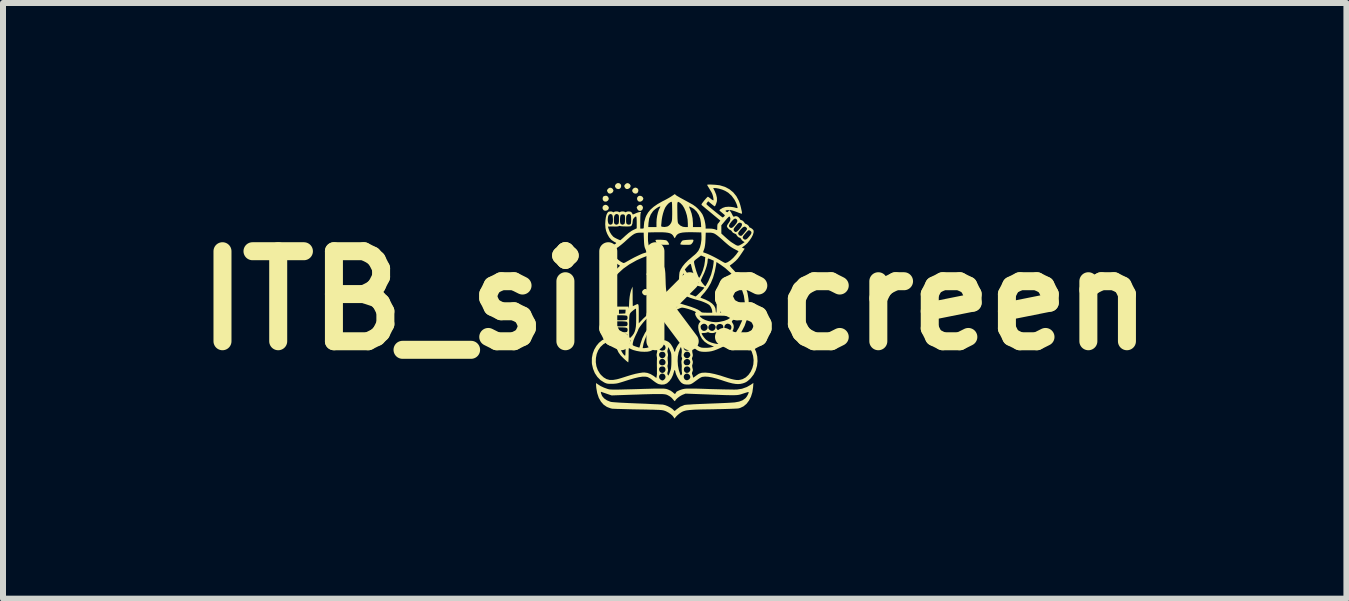
<source format=kicad_pcb>
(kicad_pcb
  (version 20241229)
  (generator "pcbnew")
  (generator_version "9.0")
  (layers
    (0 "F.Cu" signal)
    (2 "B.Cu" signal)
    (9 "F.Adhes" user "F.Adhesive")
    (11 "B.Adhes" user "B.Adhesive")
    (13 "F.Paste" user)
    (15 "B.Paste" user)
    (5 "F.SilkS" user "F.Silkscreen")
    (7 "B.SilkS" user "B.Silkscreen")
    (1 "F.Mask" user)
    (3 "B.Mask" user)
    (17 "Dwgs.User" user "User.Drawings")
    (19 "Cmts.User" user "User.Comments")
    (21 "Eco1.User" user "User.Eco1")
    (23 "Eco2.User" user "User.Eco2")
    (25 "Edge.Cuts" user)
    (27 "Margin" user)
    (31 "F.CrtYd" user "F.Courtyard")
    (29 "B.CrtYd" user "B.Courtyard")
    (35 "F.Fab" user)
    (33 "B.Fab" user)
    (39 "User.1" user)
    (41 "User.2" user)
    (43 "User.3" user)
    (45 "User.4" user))
  (footprint "ITB_silkscreen"
    (layer "F.Cu")
    (at 8.193 1.958)
    (property "Reference" "ITB_silkscreen" (at 0 0 0) (layer "F.SilkS") (effects (font (size 1.5 1.5) (thickness 0.3))))
    (attr board_only exclude_from_pos_files exclude_from_bom)
    (fp_poly (pts (xy -1.134 -1.745) (xy -1.113 -1.731) (xy -1.111 -1.729) (xy -1.099 -1.702) (xy -1.103 -1.679) (xy -1.116 -1.663) (xy -1.142 -1.648) (xy -1.169 -1.65) (xy -1.185 -1.659) (xy -1.198 -1.678) (xy -1.201 -1.702) (xy -1.195 -1.726) (xy -1.186 -1.736) (xy -1.16 -1.746)) (stroke (width 0) (type solid)) (fill yes) (layer "F.SilkS"))
    (fp_poly (pts (xy -0.915 -1.951) (xy -0.897 -1.932) (xy -0.892 -1.908) (xy -0.899 -1.881) (xy -0.916 -1.863) (xy -0.94 -1.857) (xy -0.965 -1.863) (xy -0.979 -1.874) (xy -0.992 -1.892) (xy -0.996 -1.908) (xy -0.989 -1.929) (xy -0.971 -1.948) (xy -0.948 -1.958) (xy -0.943 -1.958)) (stroke (width 0) (type solid)) (fill yes) (layer "F.SilkS"))
    (fp_poly (pts (xy -0.628 -1.875) (xy -0.61 -1.856) (xy -0.605 -1.832) (xy -0.612 -1.805) (xy -0.629 -1.787) (xy -0.653 -1.781) (xy -0.678 -1.787) (xy -0.692 -1.798) (xy -0.705 -1.816) (xy -0.709 -1.832) (xy -0.702 -1.853) (xy -0.684 -1.872) (xy -0.661 -1.882) (xy -0.656 -1.882)) (stroke (width 0) (type solid)) (fill yes) (layer "F.SilkS"))
    (fp_poly (pts (xy -0.558 -1.742) (xy -0.536 -1.727) (xy -0.524 -1.705) (xy -0.523 -1.697) (xy -0.531 -1.674) (xy -0.549 -1.657) (xy -0.573 -1.647) (xy -0.597 -1.649) (xy -0.604 -1.653) (xy -0.623 -1.673) (xy -0.628 -1.697) (xy -0.623 -1.72) (xy -0.607 -1.738) (xy -0.585 -1.746)) (stroke (width 0) (type solid)) (fill yes) (layer "F.SilkS"))
    (fp_poly (pts (xy -0.456 -0.177) (xy -0.442 -0.155) (xy -0.441 -0.131) (xy -0.45 -0.109) (xy -0.466 -0.094) (xy -0.487 -0.086) (xy -0.51 -0.091) (xy -0.521 -0.099) (xy -0.541 -0.123) (xy -0.544 -0.147) (xy -0.53 -0.171) (xy -0.528 -0.173) (xy -0.503 -0.191) (xy -0.478 -0.192)) (stroke (width 0) (type solid)) (fill yes) (layer "F.SilkS"))
    (fp_poly (pts (xy -1.129 -1.589) (xy -1.109 -1.572) (xy -1.098 -1.55) (xy -1.097 -1.545) (xy -1.105 -1.521) (xy -1.123 -1.504) (xy -1.148 -1.496) (xy -1.173 -1.499) (xy -1.184 -1.505) (xy -1.196 -1.521) (xy -1.203 -1.538) (xy -1.201 -1.562) (xy -1.187 -1.582) (xy -1.164 -1.594) (xy -1.152 -1.595)) (stroke (width 0) (type solid)) (fill yes) (layer "F.SilkS"))
    (fp_poly (pts (xy 0.02 0.43) (xy 0.038 0.445) (xy 0.049 0.469) (xy 0.051 0.483) (xy 0.043 0.507) (xy 0.032 0.519) (xy 0.007 0.531) (xy -0.017 0.527) (xy -0.032 0.518) (xy -0.046 0.504) (xy -0.05 0.484) (xy -0.049 0.474) (xy -0.041 0.447) (xy -0.024 0.431) (xy -0.002 0.426)) (stroke (width 0) (type solid)) (fill yes) (layer "F.SilkS"))
    (fp_poly (pts (xy -1.054 -1.876) (xy -1.034 -1.861) (xy -1.022 -1.839) (xy -1.021 -1.832) (xy -1.029 -1.809) (xy -1.047 -1.792) (xy -1.071 -1.782) (xy -1.095 -1.784) (xy -1.102 -1.788) (xy -1.113 -1.799) (xy -1.122 -1.814) (xy -1.128 -1.83) (xy -1.124 -1.845) (xy -1.116 -1.856) (xy -1.098 -1.873) (xy -1.078 -1.881)) (stroke (width 0) (type solid)) (fill yes) (layer "F.SilkS"))
    (fp_poly (pts (xy -0.767 -1.952) (xy -0.747 -1.937) (xy -0.735 -1.915) (xy -0.734 -1.908) (xy -0.742 -1.885) (xy -0.76 -1.868) (xy -0.784 -1.858) (xy -0.808 -1.86) (xy -0.815 -1.864) (xy -0.826 -1.875) (xy -0.835 -1.89) (xy -0.841 -1.906) (xy -0.837 -1.921) (xy -0.829 -1.932) (xy -0.811 -1.949) (xy -0.791 -1.957)) (stroke (width 0) (type solid)) (fill yes) (layer "F.SilkS"))
    (fp_poly (pts (xy -0.546 -1.584) (xy -0.532 -1.563) (xy -0.529 -1.545) (xy -0.536 -1.519) (xy -0.553 -1.501) (xy -0.577 -1.493) (xy -0.601 -1.499) (xy -0.604 -1.501) (xy -0.616 -1.513) (xy -0.627 -1.533) (xy -0.633 -1.549) (xy -0.633 -1.551) (xy -0.628 -1.562) (xy -0.616 -1.577) (xy -0.592 -1.593) (xy -0.567 -1.595)) (stroke (width 0) (type solid)) (fill yes) (layer "F.SilkS"))
    (fp_poly (pts (xy -0.231 -1.013) (xy -0.197 -1.011) (xy -0.168 -1.008) (xy -0.147 -1.005) (xy -0.14 -1.003) (xy -0.124 -0.99) (xy -0.108 -0.969) (xy -0.096 -0.947) (xy -0.093 -0.934) (xy -0.101 -0.931) (xy -0.121 -0.929) (xy -0.15 -0.929) (xy -0.184 -0.929) (xy -0.218 -0.93) (xy -0.249 -0.932) (xy -0.271 -0.935) (xy -0.281 -0.938) (xy -0.294 -0.951) (xy -0.307 -0.972) (xy -0.317 -0.994) (xy -0.321 -1.008) (xy -0.313 -1.011) (xy -0.293 -1.013) (xy -0.264 -1.013)) (stroke (width 0) (type solid)) (fill yes) (layer "F.SilkS"))
    (fp_poly (pts (xy 0.305 -1.013) (xy 0.311 -1.009) (xy 0.312 -1.002) (xy 0.312 -0.999) (xy 0.307 -0.981) (xy 0.294 -0.959) (xy 0.29 -0.955) (xy 0.28 -0.943) (xy 0.27 -0.935) (xy 0.257 -0.931) (xy 0.237 -0.929) (xy 0.205 -0.929) (xy 0.181 -0.929) (xy 0.138 -0.929) (xy 0.108 -0.932) (xy 0.094 -0.936) (xy 0.093 -0.937) (xy 0.098 -0.956) (xy 0.111 -0.979) (xy 0.126 -0.996) (xy 0.133 -1.001) (xy 0.147 -1.004) (xy 0.174 -1.008) (xy 0.209 -1.011) (xy 0.23 -1.012) (xy 0.268 -1.014) (xy 0.292 -1.015)) (stroke (width 0) (type solid)) (fill yes) (layer "F.SilkS"))
    (fp_poly (pts (xy 1.306 1.445) (xy 1.294 1.528) (xy 1.271 1.602) (xy 1.238 1.667) (xy 1.197 1.721) (xy 1.147 1.763) (xy 1.09 1.79) (xy 1.064 1.797) (xy 1.047 1.799) (xy 1.015 1.801) (xy 0.97 1.803) (xy 0.914 1.805) (xy 0.85 1.807) (xy 0.779 1.809) (xy 0.703 1.81) (xy 0.67 1.811) (xy 0.567 1.813) (xy 0.479 1.814) (xy 0.405 1.816) (xy 0.343 1.818) (xy 0.292 1.821) (xy 0.251 1.824) (xy 0.217 1.828) (xy 0.189 1.832) (xy 0.166 1.838) (xy 0.147 1.844) (xy 0.129 1.852) (xy 0.117 1.858) (xy 0.083 1.88) (xy 0.05 1.907) (xy 0.03 1.926) (xy -0.005 1.967) (xy -0.017 1.945) (xy -0.037 1.919) (xy -0.068 1.892) (xy -0.106 1.866) (xy -0.146 1.845) (xy -0.158 1.84) (xy -0.17 1.836) (xy -0.182 1.832) (xy -0.197 1.829) (xy -0.215 1.826) (xy -0.238 1.824) (xy -0.268 1.822) (xy -0.306 1.821) (xy -0.354 1.819) (xy -0.414 1.818) (xy -0.486 1.816) (xy -0.574 1.815) (xy -0.608 1.814) (xy -0.69 1.813) (xy -0.768 1.811) (xy -0.839 1.809) (xy -0.903 1.807) (xy -0.958 1.806) (xy -1.001 1.804) (xy -1.03 1.803) (xy -1.044 1.802) (xy -1.071 1.795) (xy -1.104 1.783) (xy -1.131 1.772) (xy -1.185 1.735) (xy -1.229 1.685) (xy -1.265 1.622) (xy -1.29 1.547) (xy -1.293 1.534) (xy -1.23 1.534) (xy -1.228 1.545) (xy -1.21 1.591) (xy -1.176 1.631) (xy -1.129 1.663) (xy -1.076 1.685) (xy -1.061 1.689) (xy -1.038 1.692) (xy -1.005 1.695) (xy -0.961 1.698) (xy -0.906 1.702) (xy -0.838 1.705) (xy -0.756 1.709) (xy -0.658 1.713) (xy -0.637 1.714) (xy -0.555 1.717) (xy -0.478 1.72) (xy -0.405 1.724) (xy -0.341 1.727) (xy -0.286 1.729) (xy -0.242 1.732) (xy -0.212 1.733) (xy -0.198 1.734) (xy -0.159 1.743) (xy -0.116 1.76) (xy -0.074 1.782) (xy -0.039 1.806) (xy -0.029 1.816) (xy -0.013 1.831) (xy -0.003 1.84) (xy -0.002 1.84) (xy 0.006 1.835) (xy 0.022 1.822) (xy 0.034 1.811) (xy 0.093 1.769) (xy 0.159 1.742) (xy 0.165 1.74) (xy 0.18 1.738) (xy 0.21 1.735) (xy 0.254 1.733) (xy 0.308 1.729) (xy 0.372 1.726) (xy 0.443 1.723) (xy 0.519 1.72) (xy 0.566 1.718) (xy 0.646 1.715) (xy 0.723 1.712) (xy 0.795 1.709) (xy 0.861 1.706) (xy 0.917 1.703) (xy 0.961 1.7) (xy 0.992 1.698) (xy 1.002 1.697) (xy 1.074 1.684) (xy 1.131 1.662) (xy 1.175 1.631) (xy 1.185 1.621) (xy 1.201 1.6) (xy 1.216 1.574) (xy 1.227 1.55) (xy 1.232 1.531) (xy 1.231 1.524) (xy 1.222 1.525) (xy 1.201 1.531) (xy 1.171 1.54) (xy 1.144 1.549) (xy 1.123 1.556) (xy 1.105 1.562) (xy 1.087 1.567) (xy 1.069 1.571) (xy 1.048 1.574) (xy 1.024 1.576) (xy 0.995 1.577) (xy 0.958 1.578) (xy 0.914 1.577) (xy 0.859 1.576) (xy 0.794 1.574) (xy 0.715 1.571) (xy 0.622 1.568) (xy 0.553 1.565) (xy 0.181 1.551) (xy 0.134 1.569) (xy 0.104 1.584) (xy 0.072 1.605) (xy 0.042 1.629) (xy 0.019 1.652) (xy 0.007 1.671) (xy 0.007 1.671) (xy 0.001 1.677) (xy -0.009 1.669) (xy -0.018 1.659) (xy -0.051 1.621) (xy -0.086 1.594) (xy -0.117 1.577) (xy -0.129 1.572) (xy -0.141 1.567) (xy -0.156 1.564) (xy -0.176 1.561) (xy -0.2 1.559) (xy -0.231 1.558) (xy -0.27 1.558) (xy -0.318 1.558) (xy -0.376 1.559) (xy -0.447 1.561) (xy -0.53 1.563) (xy -0.629 1.567) (xy -0.705 1.569) (xy -1.051 1.581) (xy -1.131 1.554) (xy -1.166 1.542) (xy -1.196 1.532) (xy -1.217 1.524) (xy -1.223 1.522) (xy -1.23 1.522) (xy -1.23 1.534) (xy -1.293 1.534) (xy -1.306 1.46) (xy -1.308 1.442) (xy -1.31 1.411) (xy -1.311 1.388) (xy -1.311 1.377) (xy -1.31 1.376) (xy -1.302 1.381) (xy -1.286 1.392) (xy -1.28 1.396) (xy -1.235 1.425) (xy -1.18 1.451) (xy -1.122 1.472) (xy -1.118 1.473) (xy -1.105 1.477) (xy -1.091 1.48) (xy -1.075 1.482) (xy -1.054 1.483) (xy -1.028 1.484) (xy -0.994 1.484) (xy -0.951 1.484) (xy -0.897 1.483) (xy -0.83 1.481) (xy -0.748 1.479) (xy -0.705 1.478) (xy -0.597 1.475) (xy -0.505 1.472) (xy -0.426 1.47) (xy -0.361 1.468) (xy -0.307 1.467) (xy -0.263 1.467) (xy -0.228 1.467) (xy -0.2 1.467) (xy -0.179 1.468) (xy -0.162 1.47) (xy -0.148 1.472) (xy -0.137 1.474) (xy -0.126 1.478) (xy -0.115 1.481) (xy -0.067 1.503) (xy -0.031 1.529) (xy -0.012 1.547) (xy 0.000228 1.555) (xy 0.008 1.553) (xy 0.014 1.547) (xy 0.023 1.533) (xy 0.025 1.527) (xy 0.033 1.518) (xy 0.053 1.507) (xy 0.081 1.494) (xy 0.112 1.483) (xy 0.143 1.474) (xy 0.147 1.474) (xy 0.162 1.471) (xy 0.181 1.469) (xy 0.204 1.467) (xy 0.234 1.467) (xy 0.271 1.467) (xy 0.319 1.467) (xy 0.377 1.468) (xy 0.448 1.47) (xy 0.534 1.473) (xy 0.584 1.475) (xy 0.666 1.477) (xy 0.745 1.479) (xy 0.819 1.481) (xy 0.886 1.482) (xy 0.944 1.483) (xy 0.991 1.484) (xy 1.024 1.483) (xy 1.038 1.483) (xy 1.121 1.47) (xy 1.202 1.441) (xy 1.27 1.402) (xy 1.311 1.373)) (stroke (width 0) (type solid)) (fill yes) (layer "F.SilkS"))
    (fp_poly (pts (xy 0.599 -1.933) (xy 0.636 -1.931) (xy 0.674 -1.929) (xy 0.712 -1.925) (xy 0.744 -1.921) (xy 0.755 -1.919) (xy 0.837 -1.894) (xy 0.911 -1.855) (xy 0.975 -1.803) (xy 1.027 -1.739) (xy 1.067 -1.665) (xy 1.072 -1.653) (xy 1.083 -1.622) (xy 1.094 -1.586) (xy 1.104 -1.547) (xy 1.112 -1.51) (xy 1.119 -1.479) (xy 1.121 -1.456) (xy 1.12 -1.447) (xy 1.111 -1.448) (xy 1.091 -1.454) (xy 1.062 -1.464) (xy 1.054 -1.468) (xy 1 -1.488) (xy 0.958 -1.501) (xy 0.924 -1.508) (xy 0.894 -1.508) (xy 0.881 -1.507) (xy 0.855 -1.502) (xy 0.846 -1.495) (xy 0.851 -1.486) (xy 0.862 -1.478) (xy 0.877 -1.472) (xy 0.887 -1.477) (xy 0.895 -1.487) (xy 0.91 -1.506) (xy 0.928 -1.485) (xy 0.942 -1.464) (xy 0.956 -1.437) (xy 0.96 -1.429) (xy 0.972 -1.406) (xy 0.982 -1.397) (xy 0.988 -1.398) (xy 1.017 -1.407) (xy 1.04 -1.403) (xy 1.062 -1.389) (xy 1.079 -1.372) (xy 1.088 -1.357) (xy 1.089 -1.354) (xy 1.096 -1.344) (xy 1.104 -1.342) (xy 1.125 -1.335) (xy 1.147 -1.317) (xy 1.164 -1.294) (xy 1.164 -1.294) (xy 1.177 -1.279) (xy 1.189 -1.275) (xy 1.205 -1.268) (xy 1.223 -1.254) (xy 1.237 -1.237) (xy 1.241 -1.226) (xy 1.248 -1.217) (xy 1.253 -1.216) (xy 1.267 -1.21) (xy 1.286 -1.198) (xy 1.292 -1.193) (xy 1.308 -1.177) (xy 1.315 -1.163) (xy 1.315 -1.142) (xy 1.314 -1.133) (xy 1.302 -1.093) (xy 1.279 -1.048) (xy 1.248 -1.002) (xy 1.212 -0.958) (xy 1.172 -0.921) (xy 1.162 -0.914) (xy 1.12 -0.883) (xy 1.143 -0.873) (xy 1.166 -0.864) (xy 1.122 -0.798) (xy 1.084 -0.742) (xy 1.05 -0.697) (xy 1.016 -0.661) (xy 0.981 -0.631) (xy 0.971 -0.622) (xy 0.947 -0.604) (xy 0.928 -0.59) (xy 0.918 -0.583) (xy 0.918 -0.583) (xy 0.922 -0.575) (xy 0.935 -0.558) (xy 0.956 -0.534) (xy 0.984 -0.505) (xy 0.994 -0.494) (xy 1.073 -0.405) (xy 1.134 -0.316) (xy 1.181 -0.223) (xy 1.213 -0.127) (xy 1.23 -0.024) (xy 1.235 0.072) (xy 1.227 0.194) (xy 1.204 0.31) (xy 1.165 0.421) (xy 1.11 0.527) (xy 1.086 0.564) (xy 1.07 0.588) (xy 1.059 0.605) (xy 1.055 0.612) (xy 1.063 0.614) (xy 1.082 0.617) (xy 1.099 0.62) (xy 1.15 0.633) (xy 1.202 0.658) (xy 1.249 0.691) (xy 1.276 0.717) (xy 1.323 0.782) (xy 1.356 0.854) (xy 1.375 0.931) (xy 1.38 1.009) (xy 1.372 1.087) (xy 1.35 1.163) (xy 1.315 1.233) (xy 1.266 1.296) (xy 1.247 1.314) (xy 1.217 1.34) (xy 1.191 1.358) (xy 1.163 1.371) (xy 1.133 1.381) (xy 1.095 1.389) (xy 1.055 1.392) (xy 1.011 1.389) (xy 0.958 1.38) (xy 0.896 1.364) (xy 0.823 1.341) (xy 0.791 1.33) (xy 0.7 1.301) (xy 0.622 1.281) (xy 0.557 1.27) (xy 0.504 1.267) (xy 0.461 1.272) (xy 0.443 1.278) (xy 0.423 1.289) (xy 0.395 1.307) (xy 0.365 1.329) (xy 0.359 1.333) (xy 0.32 1.362) (xy 0.29 1.382) (xy 0.265 1.394) (xy 0.241 1.399) (xy 0.215 1.4) (xy 0.197 1.4) (xy 0.163 1.396) (xy 0.139 1.388) (xy 0.117 1.374) (xy 0.112 1.371) (xy 0.089 1.346) (xy 0.065 1.311) (xy 0.042 1.271) (xy 0.15 1.271) (xy 0.154 1.292) (xy 0.169 1.316) (xy 0.193 1.328) (xy 0.219 1.326) (xy 0.244 1.31) (xy 0.247 1.307) (xy 0.26 1.281) (xy 0.257 1.255) (xy 0.243 1.235) (xy 0.219 1.219) (xy 0.194 1.217) (xy 0.172 1.227) (xy 0.156 1.245) (xy 0.15 1.271) (xy 0.042 1.271) (xy 0.042 1.27) (xy 0.023 1.229) (xy 0.012 1.194) (xy 0.012 1.19) (xy 0.006 1.166) (xy -0.001 1.158) (xy -0.007 1.166) (xy -0.011 1.18) (xy -0.029 1.241) (xy -0.055 1.296) (xy -0.089 1.343) (xy -0.127 1.378) (xy -0.134 1.382) (xy -0.174 1.398) (xy -0.22 1.401) (xy -0.266 1.393) (xy -0.292 1.381) (xy -0.316 1.366) (xy -0.347 1.344) (xy -0.374 1.323) (xy -0.403 1.301) (xy -0.433 1.284) (xy -0.457 1.273) (xy -0.494 1.268) (xy -0.542 1.269) (xy -0.602 1.278) (xy -0.674 1.295) (xy -0.76 1.32) (xy -0.807 1.335) (xy -0.863 1.353) (xy -0.906 1.366) (xy -0.94 1.376) (xy -0.968 1.382) (xy -0.993 1.385) (xy -1.018 1.387) (xy -1.047 1.388) (xy -1.047 1.388) (xy -1.086 1.388) (xy -1.115 1.386) (xy -1.138 1.381) (xy -1.161 1.372) (xy -1.177 1.364) (xy -1.238 1.325) (xy -1.289 1.273) (xy -1.331 1.21) (xy -1.361 1.137) (xy -1.379 1.058) (xy -1.381 1.03) (xy -1.381 1.026) (xy -1.315 1.026) (xy -1.305 1.094) (xy -1.282 1.159) (xy -1.247 1.217) (xy -1.23 1.238) (xy -1.184 1.281) (xy -1.136 1.309) (xy -1.085 1.323) (xy -1.027 1.323) (xy -0.967 1.313) (xy -0.939 1.306) (xy -0.901 1.295) (xy -0.856 1.281) (xy -0.809 1.266) (xy -0.8 1.263) (xy -0.725 1.24) (xy -0.654 1.221) (xy -0.59 1.208) (xy -0.535 1.2) (xy -0.506 1.199) (xy -0.455 1.206) (xy -0.402 1.226) (xy -0.35 1.257) (xy -0.349 1.258) (xy -0.306 1.291) (xy -0.303 1.273) (xy -0.262 1.273) (xy -0.254 1.3) (xy -0.233 1.321) (xy -0.219 1.328) (xy -0.205 1.332) (xy -0.193 1.33) (xy -0.178 1.319) (xy -0.174 1.316) (xy -0.156 1.293) (xy -0.153 1.265) (xy -0.163 1.239) (xy -0.169 1.232) (xy -0.193 1.218) (xy -0.218 1.218) (xy -0.241 1.229) (xy -0.257 1.251) (xy -0.262 1.273) (xy -0.303 1.273) (xy -0.3 1.259) (xy -0.297 1.233) (xy -0.295 1.211) (xy -0.295 1.21) (xy -0.123 1.21) (xy -0.12 1.229) (xy -0.118 1.234) (xy -0.108 1.252) (xy -0.096 1.232) (xy -0.087 1.212) (xy -0.077 1.184) (xy -0.07 1.165) (xy -0.063 1.138) (xy -0.059 1.106) (xy -0.056 1.065) (xy -0.055 1.012) (xy -0.055 1.007) (xy 0.049 1.007) (xy 0.054 1.084) (xy 0.068 1.158) (xy 0.09 1.224) (xy 0.098 1.243) (xy 0.105 1.247) (xy 0.112 1.241) (xy 0.115 1.237) (xy 0.123 1.215) (xy 0.122 1.208) (xy 0.287 1.208) (xy 0.289 1.225) (xy 0.293 1.232) (xy 0.301 1.255) (xy 0.304 1.272) (xy 0.305 1.282) (xy 0.309 1.284) (xy 0.321 1.278) (xy 0.343 1.262) (xy 0.343 1.262) (xy 0.37 1.242) (xy 0.395 1.225) (xy 0.408 1.218) (xy 0.451 1.204) (xy 0.509 1.201) (xy 0.579 1.207) (xy 0.663 1.224) (xy 0.76 1.25) (xy 0.811 1.267) (xy 0.883 1.29) (xy 0.941 1.307) (xy 0.989 1.318) (xy 1.028 1.324) (xy 1.062 1.325) (xy 1.093 1.32) (xy 1.124 1.312) (xy 1.133 1.309) (xy 1.184 1.281) (xy 1.229 1.239) (xy 1.266 1.187) (xy 1.294 1.125) (xy 1.31 1.065) (xy 1.315 0.993) (xy 1.306 0.922) (xy 1.285 0.855) (xy 1.252 0.795) (xy 1.218 0.755) (xy 1.183 0.723) (xy 1.149 0.703) (xy 1.111 0.692) (xy 1.065 0.688) (xy 1.046 0.688) (xy 0.974 0.688) (xy 0.831 0.757) (xy 0.763 0.789) (xy 0.706 0.814) (xy 0.657 0.832) (xy 0.614 0.844) (xy 0.572 0.851) (xy 0.53 0.854) (xy 0.506 0.855) (xy 0.454 0.853) (xy 0.412 0.845) (xy 0.375 0.828) (xy 0.338 0.802) (xy 0.306 0.777) (xy 0.297 0.81) (xy 0.291 0.84) (xy 0.295 0.872) (xy 0.297 0.88) (xy 0.302 0.907) (xy 0.3 0.927) (xy 0.294 0.942) (xy 0.287 0.963) (xy 0.289 0.98) (xy 0.293 0.988) (xy 0.303 1.023) (xy 0.298 1.057) (xy 0.295 1.065) (xy 0.29 1.083) (xy 0.293 1.111) (xy 0.296 1.122) (xy 0.302 1.15) (xy 0.301 1.169) (xy 0.294 1.187) (xy 0.287 1.208) (xy 0.122 1.208) (xy 0.121 1.203) (xy 0.118 1.181) (xy 0.117 1.152) (xy 0.152 1.152) (xy 0.159 1.18) (xy 0.177 1.199) (xy 0.2 1.207) (xy 0.226 1.202) (xy 0.244 1.189) (xy 0.259 1.163) (xy 0.26 1.137) (xy 0.248 1.115) (xy 0.226 1.1) (xy 0.207 1.097) (xy 0.177 1.104) (xy 0.158 1.122) (xy 0.152 1.152) (xy 0.152 1.152) (xy 0.117 1.152) (xy 0.116 1.144) (xy 0.118 1.095) (xy 0.118 1.091) (xy 0.117 1.073) (xy 0.114 1.048) (xy 0.113 1.044) (xy 0.113 1.039) (xy 0.149 1.039) (xy 0.153 1.049) (xy 0.167 1.069) (xy 0.185 1.078) (xy 0.211 1.078) (xy 0.236 1.072) (xy 0.252 1.055) (xy 0.252 1.055) (xy 0.26 1.027) (xy 0.254 1.001) (xy 0.238 0.982) (xy 0.214 0.973) (xy 0.188 0.976) (xy 0.164 0.991) (xy 0.151 1.014) (xy 0.149 1.039) (xy 0.113 1.039) (xy 0.112 1.012) (xy 0.118 0.987) (xy 0.124 0.967) (xy 0.121 0.953) (xy 0.118 0.95) (xy 0.112 0.93) (xy 0.113 0.899) (xy 0.15 0.899) (xy 0.152 0.923) (xy 0.165 0.943) (xy 0.184 0.957) (xy 0.207 0.962) (xy 0.232 0.954) (xy 0.244 0.944) (xy 0.26 0.917) (xy 0.258 0.889) (xy 0.249 0.871) (xy 0.229 0.856) (xy 0.203 0.852) (xy 0.177 0.86) (xy 0.162 0.873) (xy 0.15 0.899) (xy 0.113 0.899) (xy 0.113 0.897) (xy 0.113 0.897) (xy 0.117 0.865) (xy 0.118 0.843) (xy 0.117 0.827) (xy 0.114 0.809) (xy 0.112 0.802) (xy 0.109 0.792) (xy 0.149 0.792) (xy 0.16 0.817) (xy 0.172 0.829) (xy 0.195 0.836) (xy 0.221 0.833) (xy 0.243 0.823) (xy 0.249 0.817) (xy 0.261 0.788) (xy 0.256 0.761) (xy 0.244 0.744) (xy 0.22 0.729) (xy 0.194 0.728) (xy 0.169 0.74) (xy 0.152 0.763) (xy 0.152 0.765) (xy 0.149 0.792) (xy 0.109 0.792) (xy 0.104 0.772) (xy 0.087 0.806) (xy 0.065 0.864) (xy 0.052 0.933) (xy 0.049 1.007) (xy -0.055 1.007) (xy -0.055 1) (xy -0.055 0.953) (xy -0.056 0.918) (xy -0.058 0.893) (xy -0.062 0.872) (xy -0.069 0.853) (xy -0.078 0.832) (xy -0.08 0.828) (xy -0.104 0.775) (xy -0.115 0.812) (xy -0.122 0.841) (xy -0.12 0.864) (xy -0.117 0.871) (xy -0.112 0.897) (xy -0.113 0.922) (xy -0.118 0.949) (xy -0.118 0.975) (xy -0.115 1.008) (xy -0.113 1.018) (xy -0.112 1.044) (xy -0.115 1.066) (xy -0.117 1.069) (xy -0.121 1.091) (xy -0.116 1.121) (xy -0.111 1.152) (xy -0.114 1.178) (xy -0.117 1.186) (xy -0.123 1.21) (xy -0.295 1.21) (xy -0.296 1.209) (xy -0.296 1.19) (xy -0.296 1.162) (xy -0.296 1.158) (xy -0.26 1.158) (xy -0.25 1.182) (xy -0.232 1.2) (xy -0.207 1.207) (xy -0.185 1.201) (xy -0.169 1.19) (xy -0.155 1.166) (xy -0.154 1.138) (xy -0.166 1.113) (xy -0.187 1.1) (xy -0.214 1.098) (xy -0.24 1.106) (xy -0.246 1.111) (xy -0.26 1.133) (xy -0.26 1.158) (xy -0.296 1.158) (xy -0.296 1.146) (xy -0.296 1.116) (xy -0.297 1.09) (xy -0.297 1.08) (xy -0.297 1.053) (xy -0.297 1.021) (xy -0.26 1.021) (xy -0.258 1.047) (xy -0.248 1.065) (xy -0.226 1.077) (xy -0.199 1.08) (xy -0.174 1.071) (xy -0.167 1.067) (xy -0.154 1.045) (xy -0.153 1.019) (xy -0.163 0.995) (xy -0.182 0.978) (xy -0.207 0.971) (xy -0.233 0.978) (xy -0.251 0.996) (xy -0.26 1.021) (xy -0.297 1.021) (xy -0.297 1.018) (xy -0.296 0.984) (xy -0.295 0.969) (xy -0.296 0.946) (xy -0.3 0.926) (xy -0.301 0.914) (xy -0.26 0.914) (xy -0.25 0.938) (xy -0.232 0.955) (xy -0.207 0.962) (xy -0.185 0.956) (xy -0.169 0.945) (xy -0.155 0.921) (xy -0.154 0.893) (xy -0.166 0.868) (xy -0.187 0.856) (xy -0.214 0.854) (xy -0.24 0.862) (xy -0.246 0.867) (xy -0.26 0.888) (xy -0.26 0.914) (xy -0.301 0.914) (xy -0.302 0.901) (xy -0.297 0.874) (xy -0.296 0.871) (xy -0.291 0.843) (xy -0.295 0.816) (xy -0.298 0.809) (xy -0.309 0.777) (xy -0.34 0.802) (xy -0.375 0.828) (xy -0.412 0.844) (xy -0.453 0.852) (xy -0.506 0.854) (xy -0.507 0.854) (xy -0.57 0.851) (xy -0.633 0.84) (xy -0.69 0.825) (xy -0.728 0.809) (xy -0.748 0.799) (xy -0.762 0.794) (xy -0.764 0.793) (xy -0.534 0.793) (xy -0.505 0.793) (xy -0.462 0.788) (xy -0.429 0.776) (xy -0.26 0.776) (xy -0.258 0.803) (xy -0.248 0.82) (xy -0.226 0.833) (xy -0.199 0.835) (xy -0.174 0.827) (xy -0.167 0.822) (xy -0.154 0.8) (xy -0.153 0.775) (xy -0.163 0.751) (xy -0.182 0.733) (xy -0.207 0.726) (xy -0.233 0.733) (xy -0.251 0.752) (xy -0.26 0.776) (xy -0.429 0.776) (xy -0.42 0.773) (xy -0.375 0.744) (xy -0.361 0.733) (xy -0.313 0.697) (xy -0.271 0.674) (xy -0.233 0.662) (xy -0.202 0.659) (xy -0.15 0.666) (xy -0.105 0.688) (xy -0.079 0.711) (xy -0.062 0.732) (xy -0.044 0.76) (xy -0.027 0.791) (xy -0.015 0.819) (xy -0.009 0.84) (xy -0.009 0.842) (xy -0.003 0.852) (xy 0 0.853) (xy 0.008 0.846) (xy 0.008 0.84) (xy 0.013 0.819) (xy 0.025 0.79) (xy 0.042 0.758) (xy 0.061 0.729) (xy 0.077 0.71) (xy 0.12 0.678) (xy 0.167 0.661) (xy 0.218 0.659) (xy 0.27 0.673) (xy 0.321 0.702) (xy 0.351 0.725) (xy 0.386 0.756) (xy 0.417 0.775) (xy 0.449 0.785) (xy 0.489 0.788) (xy 0.511 0.788) (xy 0.549 0.787) (xy 0.586 0.783) (xy 0.615 0.777) (xy 0.616 0.777) (xy 0.654 0.766) (xy 0.624 0.755) (xy 0.554 0.725) (xy 0.498 0.686) (xy 0.455 0.638) (xy 0.423 0.579) (xy 0.401 0.508) (xy 0.4 0.507) (xy 0.392 0.455) (xy 0.392 0.443) (xy 0.431 0.443) (xy 0.438 0.473) (xy 0.456 0.495) (xy 0.483 0.506) (xy 0.49 0.506) (xy 0.512 0.501) (xy 0.53 0.489) (xy 0.546 0.465) (xy 0.548 0.443) (xy 0.56 0.443) (xy 0.564 0.467) (xy 0.579 0.488) (xy 0.6 0.501) (xy 0.624 0.506) (xy 0.648 0.5) (xy 0.666 0.484) (xy 0.681 0.455) (xy 0.681 0.442) (xy 0.692 0.442) (xy 0.695 0.465) (xy 0.713 0.488) (xy 0.714 0.489) (xy 0.744 0.504) (xy 0.772 0.503) (xy 0.793 0.49) (xy 0.807 0.466) (xy 0.81 0.444) (xy 0.827 0.444) (xy 0.834 0.474) (xy 0.852 0.495) (xy 0.877 0.506) (xy 0.904 0.503) (xy 0.927 0.489) (xy 0.943 0.464) (xy 0.945 0.436) (xy 0.933 0.41) (xy 0.911 0.392) (xy 0.882 0.385) (xy 0.856 0.392) (xy 0.836 0.412) (xy 0.827 0.44) (xy 0.827 0.444) (xy 0.81 0.444) (xy 0.81 0.439) (xy 0.803 0.414) (xy 0.792 0.401) (xy 0.764 0.39) (xy 0.738 0.391) (xy 0.715 0.401) (xy 0.699 0.419) (xy 0.692 0.442) (xy 0.681 0.442) (xy 0.68 0.427) (xy 0.664 0.403) (xy 0.641 0.39) (xy 0.612 0.387) (xy 0.585 0.4) (xy 0.57 0.416) (xy 0.56 0.443) (xy 0.548 0.443) (xy 0.548 0.437) (xy 0.537 0.412) (xy 0.515 0.393) (xy 0.508 0.39) (xy 0.486 0.386) (xy 0.466 0.392) (xy 0.457 0.397) (xy 0.438 0.412) (xy 0.431 0.431) (xy 0.431 0.443) (xy 0.392 0.443) (xy 0.393 0.415) (xy 0.404 0.383) (xy 0.414 0.369) (xy 0.43 0.348) (xy 0.407 0.328) (xy 0.373 0.293) (xy 0.35 0.254) (xy 0.35 0.254) (xy 0.414 0.254) (xy 0.419 0.263) (xy 0.431 0.277) (xy 0.462 0.301) (xy 0.505 0.323) (xy 0.558 0.341) (xy 0.614 0.354) (xy 0.62 0.355) (xy 0.655 0.359) (xy 0.681 0.361) (xy 0.706 0.36) (xy 0.737 0.357) (xy 0.753 0.354) (xy 0.823 0.339) (xy 0.883 0.316) (xy 0.93 0.286) (xy 0.934 0.283) (xy 0.967 0.254) (xy 0.69 0.252) (xy 0.624 0.251) (xy 0.563 0.251) (xy 0.51 0.251) (xy 0.467 0.251) (xy 0.435 0.252) (xy 0.417 0.253) (xy 0.414 0.254) (xy 0.35 0.254) (xy 0.342 0.231) (xy 0.34 0.211) (xy 0.346 0.202) (xy 0.352 0.2) (xy 0.356 0.196) (xy 0.346 0.188) (xy 0.325 0.177) (xy 0.297 0.165) (xy 0.263 0.153) (xy 0.227 0.141) (xy 0.191 0.131) (xy 0.158 0.123) (xy 0.131 0.119) (xy 0.121 0.118) (xy 0.104 0.122) (xy 0.075 0.133) (xy 0.038 0.15) (xy -0.005 0.172) (xy -0.051 0.195) (xy -0.098 0.221) (xy -0.141 0.246) (xy -0.175 0.267) (xy -0.23 0.307) (xy -0.287 0.356) (xy -0.341 0.409) (xy -0.39 0.464) (xy -0.43 0.515) (xy -0.441 0.532) (xy -0.471 0.587) (xy -0.497 0.649) (xy -0.518 0.711) (xy -0.528 0.758) (xy -0.534 0.793) (xy -0.764 0.793) (xy -0.765 0.801) (xy -0.767 0.823) (xy -0.768 0.856) (xy -0.768 0.896) (xy -0.768 0.912) (xy -0.769 0.954) (xy -0.77 0.99) (xy -0.772 1.016) (xy -0.774 1.029) (xy -0.775 1.03) (xy -0.783 1.024) (xy -0.801 1.01) (xy -0.826 0.988) (xy -0.85 0.966) (xy -0.901 0.914) (xy -0.938 0.862) (xy -0.962 0.809) (xy -0.976 0.751) (xy -0.977 0.743) (xy -0.983 0.688) (xy -1.034 0.685) (xy -1.092 0.687) (xy -1.142 0.701) (xy -1.189 0.728) (xy -1.191 0.73) (xy -1.238 0.774) (xy -1.275 0.829) (xy -1.3 0.891) (xy -1.313 0.958) (xy -1.315 1.026) (xy -1.381 1.026) (xy -1.38 0.956) (xy -1.366 0.884) (xy -1.341 0.817) (xy -1.305 0.756) (xy -1.262 0.704) (xy -1.224 0.673) (xy -0.931 0.673) (xy -0.926 0.718) (xy -0.92 0.753) (xy -0.91 0.792) (xy -0.903 0.812) (xy -0.889 0.842) (xy -0.872 0.871) (xy -0.854 0.897) (xy -0.837 0.914) (xy -0.827 0.92) (xy -0.824 0.912) (xy -0.821 0.89) (xy -0.82 0.856) (xy -0.819 0.814) (xy -0.819 0.802) (xy -0.819 0.755) (xy -0.819 0.732) (xy -0.701 0.732) (xy -0.698 0.743) (xy -0.688 0.752) (xy -0.666 0.761) (xy -0.648 0.767) (xy -0.62 0.776) (xy -0.599 0.782) (xy -0.59 0.785) (xy -0.586 0.777) (xy -0.58 0.757) (xy -0.572 0.729) (xy -0.571 0.722) (xy -0.54 0.629) (xy -0.494 0.537) (xy -0.432 0.449) (xy -0.357 0.365) (xy -0.268 0.288) (xy -0.262 0.283) (xy -0.225 0.256) (xy -0.181 0.227) (xy -0.133 0.197) (xy -0.086 0.168) (xy -0.042 0.144) (xy -0.007 0.126) (xy 0.004 0.121) (xy 0.026 0.111) (xy 0.04 0.104) (xy 0.042 0.101) (xy 0.035 0.096) (xy 0.016 0.086) (xy -0.01 0.074) (xy -0.013 0.073) (xy -0.068 0.049) (xy -0.12 0.071) (xy -0.241 0.132) (xy -0.355 0.208) (xy -0.459 0.295) (xy -0.463 0.299) (xy -0.493 0.329) (xy -0.523 0.363) (xy -0.551 0.398) (xy -0.576 0.431) (xy -0.595 0.459) (xy -0.606 0.479) (xy -0.608 0.486) (xy -0.612 0.498) (xy -0.622 0.52) (xy -0.636 0.55) (xy -0.643 0.563) (xy -0.668 0.616) (xy -0.687 0.665) (xy -0.698 0.708) (xy -0.701 0.732) (xy -0.819 0.732) (xy -0.82 0.723) (xy -0.821 0.702) (xy -0.823 0.694) (xy -0.768 0.694) (xy -0.766 0.713) (xy -0.762 0.721) (xy -0.757 0.717) (xy -0.75 0.703) (xy -0.743 0.685) (xy -0.738 0.669) (xy -0.739 0.66) (xy -0.747 0.661) (xy -0.754 0.663) (xy -0.764 0.675) (xy -0.768 0.694) (xy -0.823 0.694) (xy -0.824 0.69) (xy -0.828 0.685) (xy -0.835 0.684) (xy -0.852 0.683) (xy -0.878 0.68) (xy -0.891 0.678) (xy -0.931 0.673) (xy -1.224 0.673) (xy -1.211 0.662) (xy -1.154 0.633) (xy -1.097 0.619) (xy -1.057 0.614) (xy -1.066 0.6) (xy -1.037 0.6) (xy -1.029 0.619) (xy -1.024 0.624) (xy -1.008 0.628) (xy -0.981 0.631) (xy -0.946 0.632) (xy -0.907 0.633) (xy -0.868 0.632) (xy -0.834 0.63) (xy -0.808 0.627) (xy -0.795 0.623) (xy -0.795 0.623) (xy -0.787 0.607) (xy -0.785 0.591) (xy -0.786 0.575) (xy -0.792 0.563) (xy -0.805 0.556) (xy -0.828 0.551) (xy -0.862 0.549) (xy -0.91 0.549) (xy -0.912 0.549) (xy -0.966 0.55) (xy -1.003 0.552) (xy -1.024 0.556) (xy -1.028 0.559) (xy -1.037 0.577) (xy -1.037 0.6) (xy -1.066 0.6) (xy -1.097 0.55) (xy -1.125 0.498) (xy -1.037 0.498) (xy -1.029 0.517) (xy -1.024 0.523) (xy -1.008 0.527) (xy -0.981 0.53) (xy -0.946 0.531) (xy -0.907 0.532) (xy -0.868 0.531) (xy -0.834 0.529) (xy -0.808 0.526) (xy -0.795 0.522) (xy -0.795 0.522) (xy -0.787 0.506) (xy -0.785 0.49) (xy -0.759 0.49) (xy -0.759 0.542) (xy -0.758 0.579) (xy -0.757 0.604) (xy -0.755 0.618) (xy -0.751 0.624) (xy -0.746 0.624) (xy -0.741 0.621) (xy -0.727 0.608) (xy -0.709 0.588) (xy -0.701 0.579) (xy -0.681 0.55) (xy -0.666 0.517) (xy -0.655 0.479) (xy -0.647 0.433) (xy -0.643 0.375) (xy -0.642 0.304) (xy -0.642 0.286) (xy -0.642 0.238) (xy -0.643 0.196) (xy -0.644 0.163) (xy -0.645 0.142) (xy -0.646 0.135) (xy -0.659 0.14) (xy -0.679 0.154) (xy -0.702 0.172) (xy -0.723 0.19) (xy -0.738 0.206) (xy -0.739 0.208) (xy -0.747 0.221) (xy -0.752 0.237) (xy -0.755 0.258) (xy -0.757 0.287) (xy -0.759 0.328) (xy -0.759 0.383) (xy -0.759 0.388) (xy -0.759 0.415) (xy -0.759 0.436) (xy -0.759 0.439) (xy -0.759 0.458) (xy -0.759 0.485) (xy -0.759 0.49) (xy -0.785 0.49) (xy -0.786 0.473) (xy -0.792 0.462) (xy -0.805 0.454) (xy -0.828 0.45) (xy -0.862 0.448) (xy -0.91 0.447) (xy -0.912 0.447) (xy -0.966 0.448) (xy -1.003 0.451) (xy -1.024 0.455) (xy -1.028 0.458) (xy -1.037 0.476) (xy -1.037 0.498) (xy -1.125 0.498) (xy -1.157 0.439) (xy -1.2 0.326) (xy -1.228 0.212) (xy -1.239 0.096) (xy -1.238 0.034) (xy -1.237 0.026) (xy -1.17 0.026) (xy -1.169 0.131) (xy -1.153 0.237) (xy -1.119 0.344) (xy -1.119 0.346) (xy -1.099 0.395) (xy -1.084 0.43) (xy -1.073 0.452) (xy -1.065 0.462) (xy -1.059 0.463) (xy -1.054 0.455) (xy -1.052 0.452) (xy -1.052 0.435) (xy -1.057 0.418) (xy -1.062 0.393) (xy -1.062 0.391) (xy -1.038 0.391) (xy -1.033 0.412) (xy -1.024 0.421) (xy -1.008 0.425) (xy -0.981 0.428) (xy -0.946 0.43) (xy -0.907 0.43) (xy -0.868 0.43) (xy -0.834 0.428) (xy -0.808 0.425) (xy -0.795 0.421) (xy -0.795 0.42) (xy -0.787 0.405) (xy -0.785 0.388) (xy -0.789 0.368) (xy -0.795 0.356) (xy -0.808 0.352) (xy -0.833 0.349) (xy -0.867 0.347) (xy -0.905 0.346) (xy -0.944 0.346) (xy -0.979 0.348) (xy -1.007 0.351) (xy -1.022 0.355) (xy -1.035 0.37) (xy -1.038 0.391) (xy -1.062 0.391) (xy -1.057 0.367) (xy -1.053 0.335) (xy -1.057 0.313) (xy -1.06 0.291) (xy -1.038 0.291) (xy -1.033 0.312) (xy -1.028 0.319) (xy -1.014 0.324) (xy -0.984 0.327) (xy -0.938 0.329) (xy -0.912 0.329) (xy -0.858 0.328) (xy -0.82 0.326) (xy -0.799 0.322) (xy -0.795 0.319) (xy -0.787 0.301) (xy -0.786 0.277) (xy -0.793 0.257) (xy -0.795 0.255) (xy -0.808 0.251) (xy -0.833 0.248) (xy -0.867 0.246) (xy -0.905 0.245) (xy -0.944 0.245) (xy -0.979 0.247) (xy -1.007 0.25) (xy -1.022 0.254) (xy -1.034 0.268) (xy -1.038 0.291) (xy -1.06 0.291) (xy -1.062 0.278) (xy -1.058 0.261) (xy -1.052 0.244) (xy -1.042 0.233) (xy -1.024 0.225) (xy -0.994 0.216) (xy -0.99 0.214) (xy -0.983 0.204) (xy -0.98 0.178) (xy -0.979 0.156) (xy -0.979 0.152) (xy -0.929 0.152) (xy -0.929 0.186) (xy -0.929 0.22) (xy -0.876 0.218) (xy -0.823 0.215) (xy -0.82 0.184) (xy -0.818 0.152) (xy -0.873 0.152) (xy -0.929 0.152) (xy -0.979 0.152) (xy -0.979 0.101) (xy -0.874 0.101) (xy -0.769 0.101) (xy -0.766 0.129) (xy -0.764 0.132) (xy -0.763 0.122) (xy -0.762 0.098) (xy -0.761 0.071) (xy -0.758 0.005) (xy -0.751 -0.06) (xy -0.741 -0.119) (xy -0.728 -0.169) (xy -0.718 -0.195) (xy -0.702 -0.232) (xy -0.701 -0.07) (xy -0.701 -0.019) (xy -0.7 0.025) (xy -0.7 0.06) (xy -0.699 0.083) (xy -0.698 0.093) (xy -0.698 0.093) (xy -0.69 0.09) (xy -0.671 0.081) (xy -0.66 0.076) (xy -0.64 0.066) (xy -0.625 0.06) (xy -0.614 0.06) (xy -0.606 0.068) (xy -0.602 0.085) (xy -0.6 0.114) (xy -0.599 0.155) (xy -0.599 0.211) (xy -0.599 0.22) (xy -0.599 0.38) (xy -0.524 0.301) (xy -0.44 0.223) (xy -0.35 0.154) (xy -0.249 0.093) (xy -0.204 0.07) (xy -0.167 0.051) (xy -0.136 0.036) (xy -0.113 0.025) (xy -0.103 0.02) (xy -0.102 0.019) (xy -0.105 0.013) (xy -0.117 -0.003) (xy -0.127 -0.014) (xy -0.146 -0.04) (xy -0.166 -0.073) (xy -0.176 -0.092) (xy -0.184 -0.11) (xy -0.189 -0.126) (xy -0.193 -0.145) (xy -0.196 -0.168) (xy -0.198 -0.199) (xy -0.2 -0.241) (xy -0.201 -0.297) (xy -0.201 -0.302) (xy -0.202 -0.352) (xy -0.203 -0.396) (xy -0.205 -0.431) (xy -0.207 -0.455) (xy -0.208 -0.464) (xy -0.208 -0.464) (xy -0.215 -0.459) (xy -0.231 -0.443) (xy -0.254 -0.419) (xy -0.282 -0.391) (xy -0.284 -0.388) (xy -0.323 -0.349) (xy -0.351 -0.324) (xy -0.37 -0.312) (xy -0.379 -0.314) (xy -0.38 -0.319) (xy -0.385 -0.328) (xy -0.398 -0.347) (xy -0.418 -0.372) (xy -0.426 -0.382) (xy -0.472 -0.437) (xy -0.468 -0.445) (xy -0.405 -0.445) (xy -0.386 -0.422) (xy -0.371 -0.406) (xy -0.36 -0.397) (xy -0.359 -0.397) (xy -0.35 -0.403) (xy -0.332 -0.418) (xy -0.309 -0.44) (xy -0.293 -0.456) (xy -0.269 -0.483) (xy -0.25 -0.506) (xy -0.238 -0.522) (xy -0.236 -0.527) (xy -0.241 -0.538) (xy -0.255 -0.557) (xy -0.273 -0.581) (xy -0.292 -0.605) (xy -0.311 -0.625) (xy -0.324 -0.639) (xy -0.33 -0.642) (xy -0.335 -0.634) (xy -0.34 -0.616) (xy -0.342 -0.61) (xy -0.348 -0.587) (xy -0.359 -0.555) (xy -0.373 -0.52) (xy -0.376 -0.512) (xy -0.405 -0.445) (xy -0.468 -0.445) (xy -0.446 -0.499) (xy -0.429 -0.542) (xy -0.413 -0.587) (xy -0.401 -0.628) (xy -0.392 -0.663) (xy -0.388 -0.687) (xy -0.388 -0.688) (xy -0.394 -0.705) (xy -0.409 -0.725) (xy -0.412 -0.729) (xy -0.436 -0.752) (xy -0.504 -0.727) (xy -0.546 -0.71) (xy -0.593 -0.69) (xy -0.636 -0.67) (xy -0.643 -0.666) (xy -0.757 -0.602) (xy -0.858 -0.53) (xy -0.945 -0.45) (xy -1.019 -0.364) (xy -1.079 -0.273) (xy -1.124 -0.177) (xy -1.155 -0.077) (xy -1.17 0.026) (xy -1.237 0.026) (xy -1.226 -0.069) (xy -1.203 -0.164) (xy -1.166 -0.257) (xy -1.161 -0.266) (xy -1.12 -0.341) (xy -1.072 -0.41) (xy -1.014 -0.477) (xy -0.977 -0.516) (xy -0.911 -0.58) (xy -0.947 -0.603) (xy -0.993 -0.639) (xy -1.041 -0.687) (xy -1.087 -0.744) (xy -1.119 -0.789) (xy -1.138 -0.819) (xy -1.14 -0.821) (xy -1.064 -0.821) (xy -1.058 -0.81) (xy -1.044 -0.79) (xy -1.024 -0.765) (xy -1.002 -0.738) (xy -0.978 -0.713) (xy -0.965 -0.699) (xy -0.936 -0.675) (xy -0.905 -0.652) (xy -0.876 -0.635) (xy -0.854 -0.626) (xy -0.848 -0.625) (xy -0.837 -0.629) (xy -0.816 -0.639) (xy -0.789 -0.655) (xy -0.781 -0.659) (xy -0.728 -0.689) (xy -0.672 -0.719) (xy -0.618 -0.745) (xy -0.569 -0.768) (xy -0.529 -0.785) (xy -0.514 -0.789) (xy -0.467 -0.804) (xy -0.488 -0.856) (xy -0.498 -0.88) (xy -0.504 -0.905) (xy -0.508 -0.933) (xy -0.511 -0.97) (xy -0.513 -1.019) (xy -0.513 -1.019) (xy -0.515 -1.064) (xy -0.446 -1.064) (xy -0.445 -0.995) (xy -0.437 -0.935) (xy -0.421 -0.88) (xy -0.394 -0.827) (xy -0.356 -0.773) (xy -0.306 -0.714) (xy -0.282 -0.689) (xy -0.244 -0.65) (xy -0.215 -0.618) (xy -0.193 -0.59) (xy -0.178 -0.562) (xy -0.167 -0.532) (xy -0.16 -0.497) (xy -0.156 -0.454) (xy -0.154 -0.399) (xy -0.152 -0.342) (xy -0.15 -0.274) (xy -0.147 -0.22) (xy -0.143 -0.178) (xy -0.136 -0.144) (xy -0.126 -0.117) (xy -0.112 -0.093) (xy -0.093 -0.07) (xy -0.069 -0.044) (xy -0.068 -0.044) (xy -0.041 -0.019) (xy -0.011 0.003) (xy 0.022 0.022) (xy 0.064 0.039) (xy 0.115 0.057) (xy 0.18 0.077) (xy 0.188 0.079) (xy 0.271 0.105) (xy 0.338 0.13) (xy 0.389 0.153) (xy 0.423 0.175) (xy 0.434 0.185) (xy 0.443 0.193) (xy 0.455 0.198) (xy 0.473 0.201) (xy 0.501 0.202) (xy 0.537 0.203) (xy 0.625 0.203) (xy 0.625 0.181) (xy 0.62 0.153) (xy 0.608 0.12) (xy 0.591 0.091) (xy 0.584 0.082) (xy 0.562 0.064) (xy 0.528 0.045) (xy 0.485 0.026) (xy 0.438 0.008) (xy 0.408 -0.000473) (xy 0.324 -0.024) (xy 0.257 -0.046) (xy 0.252 -0.048) (xy 0.43 -0.048) (xy 0.432 -0.047) (xy 0.511 -0.016) (xy 0.575 0.016) (xy 0.623 0.05) (xy 0.657 0.087) (xy 0.677 0.126) (xy 0.684 0.17) (xy 0.684 0.174) (xy 0.686 0.193) (xy 0.691 0.202) (xy 0.692 0.203) (xy 0.695 0.194) (xy 0.697 0.17) (xy 0.699 0.13) (xy 0.7 0.075) (xy 0.701 0.006) (xy 0.701 -0.015) (xy 0.701 -0.085) (xy 0.702 -0.139) (xy 0.703 -0.177) (xy 0.705 -0.202) (xy 0.708 -0.212) (xy 0.713 -0.209) (xy 0.719 -0.195) (xy 0.727 -0.169) (xy 0.735 -0.137) (xy 0.744 -0.097) (xy 0.75 -0.048) (xy 0.755 0.012) (xy 0.757 0.065) (xy 0.762 0.203) (xy 0.9 0.203) (xy 1.039 0.203) (xy 1.033 0.226) (xy 1.018 0.267) (xy 0.992 0.304) (xy 0.976 0.32) (xy 0.959 0.337) (xy 0.952 0.349) (xy 0.954 0.359) (xy 0.961 0.371) (xy 0.975 0.395) (xy 0.982 0.416) (xy 0.984 0.446) (xy 0.977 0.479) (xy 0.963 0.508) (xy 0.955 0.519) (xy 0.924 0.536) (xy 0.887 0.543) (xy 0.851 0.538) (xy 0.846 0.536) (xy 0.821 0.528) (xy 0.803 0.531) (xy 0.8 0.533) (xy 0.762 0.544) (xy 0.721 0.539) (xy 0.71 0.535) (xy 0.687 0.528) (xy 0.672 0.531) (xy 0.67 0.533) (xy 0.653 0.539) (xy 0.627 0.542) (xy 0.599 0.541) (xy 0.577 0.536) (xy 0.571 0.533) (xy 0.555 0.527) (xy 0.541 0.531) (xy 0.523 0.537) (xy 0.496 0.54) (xy 0.486 0.54) (xy 0.463 0.542) (xy 0.449 0.545) (xy 0.447 0.547) (xy 0.453 0.561) (xy 0.466 0.583) (xy 0.484 0.609) (xy 0.504 0.633) (xy 0.522 0.652) (xy 0.524 0.654) (xy 0.562 0.68) (xy 0.608 0.7) (xy 0.658 0.714) (xy 0.691 0.721) (xy 0.715 0.724) (xy 0.736 0.724) (xy 0.762 0.72) (xy 0.781 0.717) (xy 0.833 0.704) (xy 0.879 0.684) (xy 0.92 0.654) (xy 0.96 0.614) (xy 1.001 0.56) (xy 1.006 0.554) (xy 1.071 0.449) (xy 1.12 0.342) (xy 1.152 0.235) (xy 1.168 0.129) (xy 1.167 0.023) (xy 1.152 -0.081) (xy 1.12 -0.182) (xy 1.073 -0.279) (xy 1.011 -0.372) (xy 0.933 -0.46) (xy 0.841 -0.542) (xy 0.76 -0.6) (xy 0.696 -0.642) (xy 0.69 -0.597) (xy 0.668 -0.483) (xy 0.639 -0.382) (xy 0.602 -0.292) (xy 0.556 -0.212) (xy 0.501 -0.138) (xy 0.478 -0.113) (xy 0.45 -0.081) (xy 0.434 -0.059) (xy 0.43 -0.048) (xy 0.252 -0.048) (xy 0.206 -0.066) (xy 0.194 -0.072) (xy 0.153 -0.099) (xy 0.14 -0.112) (xy 0.239 -0.112) (xy 0.249 -0.108) (xy 0.268 -0.099) (xy 0.294 -0.089) (xy 0.319 -0.079) (xy 0.339 -0.071) (xy 0.349 -0.068) (xy 0.357 -0.074) (xy 0.375 -0.089) (xy 0.399 -0.112) (xy 0.427 -0.14) (xy 0.429 -0.141) (xy 0.456 -0.169) (xy 0.477 -0.193) (xy 0.49 -0.209) (xy 0.493 -0.217) (xy 0.493 -0.217) (xy 0.481 -0.22) (xy 0.458 -0.226) (xy 0.428 -0.234) (xy 0.427 -0.234) (xy 0.369 -0.249) (xy 0.302 -0.182) (xy 0.276 -0.155) (xy 0.255 -0.133) (xy 0.242 -0.118) (xy 0.239 -0.112) (xy 0.14 -0.112) (xy 0.117 -0.135) (xy 0.09 -0.174) (xy 0.083 -0.191) (xy 0.078 -0.216) (xy 0.075 -0.252) (xy 0.073 -0.297) (xy 0.072 -0.335) (xy 0.131 -0.335) (xy 0.131 -0.288) (xy 0.133 -0.254) (xy 0.137 -0.23) (xy 0.142 -0.212) (xy 0.147 -0.203) (xy 0.163 -0.176) (xy 0.179 -0.155) (xy 0.191 -0.144) (xy 0.193 -0.144) (xy 0.201 -0.149) (xy 0.219 -0.164) (xy 0.243 -0.185) (xy 0.264 -0.205) (xy 0.33 -0.266) (xy 0.276 -0.305) (xy 0.245 -0.33) (xy 0.214 -0.359) (xy 0.185 -0.39) (xy 0.163 -0.418) (xy 0.15 -0.44) (xy 0.15 -0.441) (xy 0.144 -0.45) (xy 0.139 -0.444) (xy 0.135 -0.423) (xy 0.132 -0.39) (xy 0.131 -0.344) (xy 0.131 -0.335) (xy 0.072 -0.335) (xy 0.072 -0.346) (xy 0.073 -0.394) (xy 0.076 -0.436) (xy 0.08 -0.469) (xy 0.083 -0.479) (xy 0.099 -0.517) (xy 0.168 -0.517) (xy 0.194 -0.476) (xy 0.238 -0.417) (xy 0.293 -0.362) (xy 0.35 -0.319) (xy 0.374 -0.303) (xy 0.393 -0.292) (xy 0.402 -0.287) (xy 0.402 -0.287) (xy 0.398 -0.293) (xy 0.388 -0.31) (xy 0.373 -0.333) (xy 0.436 -0.333) (xy 0.441 -0.32) (xy 0.454 -0.3) (xy 0.471 -0.278) (xy 0.488 -0.258) (xy 0.502 -0.243) (xy 0.51 -0.239) (xy 0.518 -0.247) (xy 0.53 -0.268) (xy 0.547 -0.297) (xy 0.563 -0.328) (xy 0.607 -0.433) (xy 0.636 -0.546) (xy 0.646 -0.613) (xy 0.651 -0.664) (xy 0.609 -0.682) (xy 0.584 -0.693) (xy 0.564 -0.699) (xy 0.558 -0.701) (xy 0.552 -0.693) (xy 0.549 -0.675) (xy 0.549 -0.668) (xy 0.545 -0.628) (xy 0.533 -0.577) (xy 0.515 -0.521) (xy 0.493 -0.463) (xy 0.474 -0.422) (xy 0.458 -0.388) (xy 0.445 -0.359) (xy 0.437 -0.34) (xy 0.436 -0.333) (xy 0.373 -0.333) (xy 0.372 -0.334) (xy 0.37 -0.337) (xy 0.33 -0.408) (xy 0.3 -0.487) (xy 0.283 -0.551) (xy 0.275 -0.584) (xy 0.27 -0.602) (xy 0.264 -0.61) (xy 0.258 -0.61) (xy 0.25 -0.605) (xy 0.235 -0.592) (xy 0.215 -0.571) (xy 0.2 -0.555) (xy 0.168 -0.517) (xy 0.099 -0.517) (xy 0.102 -0.522) (xy 0.132 -0.57) (xy 0.172 -0.619) (xy 0.19 -0.637) (xy 0.322 -0.637) (xy 0.327 -0.608) (xy 0.336 -0.572) (xy 0.347 -0.532) (xy 0.359 -0.491) (xy 0.373 -0.452) (xy 0.386 -0.418) (xy 0.397 -0.393) (xy 0.406 -0.381) (xy 0.409 -0.38) (xy 0.415 -0.387) (xy 0.425 -0.405) (xy 0.438 -0.428) (xy 0.47 -0.505) (xy 0.493 -0.587) (xy 0.504 -0.659) (xy 0.509 -0.723) (xy 0.474 -0.736) (xy 0.438 -0.75) (xy 0.382 -0.707) (xy 0.355 -0.687) (xy 0.335 -0.669) (xy 0.324 -0.657) (xy 0.323 -0.654) (xy 0.322 -0.637) (xy 0.19 -0.637) (xy 0.218 -0.665) (xy 0.228 -0.674) (xy 0.262 -0.702) (xy 0.296 -0.732) (xy 0.326 -0.757) (xy 0.335 -0.764) (xy 0.362 -0.79) (xy 0.374 -0.806) (xy 0.473 -0.806) (xy 0.48 -0.802) (xy 0.499 -0.795) (xy 0.517 -0.789) (xy 0.551 -0.776) (xy 0.595 -0.756) (xy 0.644 -0.732) (xy 0.696 -0.705) (xy 0.746 -0.677) (xy 0.777 -0.659) (xy 0.804 -0.643) (xy 0.827 -0.631) (xy 0.841 -0.626) (xy 0.842 -0.625) (xy 0.856 -0.629) (xy 0.878 -0.637) (xy 0.885 -0.641) (xy 0.931 -0.671) (xy 0.978 -0.714) (xy 1.023 -0.765) (xy 1.027 -0.771) (xy 1.064 -0.822) (xy 1.005 -0.853) (xy 0.975 -0.869) (xy 0.949 -0.885) (xy 0.923 -0.902) (xy 0.896 -0.923) (xy 0.864 -0.95) (xy 0.824 -0.985) (xy 0.79 -1.016) (xy 0.744 -1.056) (xy 0.708 -1.085) (xy 0.678 -1.106) (xy 0.658 -1.117) (xy 0.777 -1.117) (xy 0.84 -1.059) (xy 0.877 -1.026) (xy 0.906 -1.002) (xy 0.929 -0.983) (xy 0.95 -0.968) (xy 0.974 -0.953) (xy 0.993 -0.941) (xy 1.023 -0.923) (xy 1.044 -0.915) (xy 1.061 -0.914) (xy 1.079 -0.92) (xy 1.091 -0.926) (xy 1.118 -0.941) (xy 1.142 -0.957) (xy 1.165 -0.974) (xy 1.139 -0.989) (xy 1.119 -1.006) (xy 1.106 -1.025) (xy 1.106 -1.026) (xy 1.094 -1.042) (xy 1.082 -1.047) (xy 1.065 -1.053) (xy 1.064 -1.054) (xy 1.133 -1.054) (xy 1.136 -1.041) (xy 1.145 -1.028) (xy 1.165 -1.015) (xy 1.188 -1.017) (xy 1.213 -1.036) (xy 1.217 -1.04) (xy 1.25 -1.078) (xy 1.271 -1.107) (xy 1.279 -1.128) (xy 1.276 -1.145) (xy 1.263 -1.159) (xy 1.252 -1.166) (xy 1.241 -1.171) (xy 1.232 -1.171) (xy 1.22 -1.164) (xy 1.204 -1.148) (xy 1.181 -1.123) (xy 1.154 -1.092) (xy 1.139 -1.07) (xy 1.133 -1.054) (xy 1.064 -1.054) (xy 1.046 -1.07) (xy 1.031 -1.091) (xy 1.028 -1.098) (xy 1.017 -1.109) (xy 0.997 -1.117) (xy 0.996 -1.117) (xy 0.99 -1.12) (xy 1.058 -1.12) (xy 1.059 -1.11) (xy 1.07 -1.091) (xy 1.09 -1.079) (xy 1.11 -1.078) (xy 1.111 -1.078) (xy 1.122 -1.086) (xy 1.138 -1.103) (xy 1.154 -1.121) (xy 1.18 -1.153) (xy 1.197 -1.175) (xy 1.204 -1.19) (xy 1.204 -1.202) (xy 1.197 -1.212) (xy 1.195 -1.215) (xy 1.177 -1.229) (xy 1.158 -1.231) (xy 1.136 -1.22) (xy 1.109 -1.195) (xy 1.097 -1.182) (xy 1.075 -1.154) (xy 1.062 -1.135) (xy 1.058 -1.12) (xy 0.99 -1.12) (xy 0.969 -1.131) (xy 0.956 -1.148) (xy 0.943 -1.165) (xy 0.931 -1.173) (xy 0.93 -1.173) (xy 0.918 -1.179) (xy 0.981 -1.179) (xy 0.986 -1.164) (xy 0.993 -1.155) (xy 1.008 -1.143) (xy 1.022 -1.142) (xy 1.041 -1.152) (xy 1.065 -1.175) (xy 1.074 -1.184) (xy 1.103 -1.22) (xy 1.119 -1.251) (xy 1.121 -1.275) (xy 1.11 -1.291) (xy 1.087 -1.298) (xy 1.074 -1.297) (xy 1.059 -1.288) (xy 1.041 -1.27) (xy 1.023 -1.249) (xy 0.998 -1.218) (xy 0.984 -1.195) (xy 0.981 -1.179) (xy 0.918 -1.179) (xy 0.915 -1.18) (xy 0.897 -1.196) (xy 0.88 -1.215) (xy 0.87 -1.234) (xy 0.87 -1.236) (xy 0.905 -1.236) (xy 0.916 -1.221) (xy 0.918 -1.219) (xy 0.936 -1.209) (xy 0.953 -1.211) (xy 0.973 -1.224) (xy 0.999 -1.25) (xy 1 -1.251) (xy 1.027 -1.285) (xy 1.041 -1.311) (xy 1.044 -1.331) (xy 1.036 -1.349) (xy 1.034 -1.351) (xy 1.018 -1.364) (xy 1.002 -1.365) (xy 0.983 -1.354) (xy 0.958 -1.33) (xy 0.946 -1.316) (xy 0.92 -1.282) (xy 0.906 -1.256) (xy 0.905 -1.236) (xy 0.87 -1.236) (xy 0.869 -1.239) (xy 0.874 -1.254) (xy 0.887 -1.277) (xy 0.899 -1.292) (xy 0.921 -1.328) (xy 0.929 -1.361) (xy 0.922 -1.389) (xy 0.918 -1.395) (xy 0.912 -1.399) (xy 0.905 -1.398) (xy 0.893 -1.388) (xy 0.875 -1.37) (xy 0.849 -1.34) (xy 0.842 -1.331) (xy 0.777 -1.254) (xy 0.777 -1.185) (xy 0.777 -1.117) (xy 0.658 -1.117) (xy 0.652 -1.12) (xy 0.627 -1.127) (xy 0.6 -1.131) (xy 0.575 -1.131) (xy 0.517 -1.131) (xy 0.513 -1.019) (xy 0.51 -0.963) (xy 0.505 -0.92) (xy 0.499 -0.885) (xy 0.491 -0.858) (xy 0.481 -0.831) (xy 0.475 -0.812) (xy 0.473 -0.806) (xy 0.374 -0.806) (xy 0.387 -0.82) (xy 0.4 -0.84) (xy 0.421 -0.887) (xy 0.436 -0.946) (xy 0.445 -1.011) (xy 0.446 -1.067) (xy 0.443 -1.135) (xy 0.325 -1.138) (xy 0.246 -1.139) (xy 0.182 -1.137) (xy 0.131 -1.133) (xy 0.092 -1.125) (xy 0.062 -1.114) (xy 0.04 -1.098) (xy 0.023 -1.078) (xy 0.017 -1.066) (xy 0.007 -1.048) (xy 0.001 -1.039) (xy 0 -1.039) (xy -0.006 -1.045) (xy -0.015 -1.062) (xy -0.017 -1.065) (xy -0.031 -1.088) (xy -0.05 -1.106) (xy -0.076 -1.12) (xy -0.112 -1.129) (xy -0.158 -1.135) (xy -0.216 -1.138) (xy -0.289 -1.138) (xy -0.305 -1.138) (xy -0.443 -1.135) (xy -0.446 -1.064) (xy -0.515 -1.064) (xy -0.517 -1.131) (xy -0.577 -1.131) (xy -0.612 -1.129) (xy -0.643 -1.123) (xy -0.674 -1.11) (xy -0.706 -1.089) (xy -0.744 -1.059) (xy -0.787 -1.021) (xy -0.844 -0.969) (xy -0.892 -0.929) (xy -0.933 -0.897) (xy -0.969 -0.873) (xy -1.002 -0.854) (xy -1.011 -0.85) (xy -1.037 -0.837) (xy -1.056 -0.827) (xy -1.064 -0.821) (xy -1.064 -0.821) (xy -1.14 -0.821) (xy -1.154 -0.844) (xy -1.163 -0.86) (xy -1.165 -0.864) (xy -1.158 -0.868) (xy -1.142 -0.873) (xy -1.12 -0.881) (xy -1.09 -0.894) (xy -1.055 -0.909) (xy -1.023 -0.925) (xy -0.996 -0.94) (xy -0.984 -0.947) (xy -0.976 -0.955) (xy -0.977 -0.962) (xy -0.99 -0.97) (xy -1.007 -0.978) (xy -1.053 -1.009) (xy -1.092 -1.053) (xy -1.124 -1.11) (xy -1.143 -1.159) (xy -1.154 -1.211) (xy -1.155 -1.232) (xy -1.113 -1.232) (xy -1.102 -1.195) (xy -1.083 -1.145) (xy -1.056 -1.101) (xy -1.026 -1.066) (xy -1.017 -1.059) (xy -0.997 -1.046) (xy -0.968 -1.031) (xy -0.938 -1.017) (xy -0.913 -1.007) (xy -0.905 -1.005) (xy -0.899 -1.01) (xy -0.882 -1.025) (xy -0.858 -1.046) (xy -0.829 -1.073) (xy -0.825 -1.077) (xy -0.767 -1.127) (xy -0.715 -1.163) (xy -0.69 -1.176) (xy -0.633 -1.203) (xy -0.633 -1.302) (xy -0.634 -1.349) (xy -0.636 -1.38) (xy -0.64 -1.397) (xy -0.648 -1.401) (xy -0.66 -1.394) (xy -0.678 -1.378) (xy -0.678 -1.378) (xy -0.694 -1.355) (xy -0.7 -1.327) (xy -0.701 -1.318) (xy -0.705 -1.282) (xy -0.716 -1.254) (xy -0.728 -1.24) (xy -0.741 -1.237) (xy -0.765 -1.235) (xy -0.796 -1.234) (xy -0.83 -1.235) (xy -0.863 -1.236) (xy -0.889 -1.238) (xy -0.905 -1.24) (xy -0.908 -1.242) (xy -0.918 -1.244) (xy -0.93 -1.24) (xy -0.948 -1.235) (xy -0.975 -1.233) (xy -0.99 -1.233) (xy -1.026 -1.234) (xy -1.063 -1.234) (xy -1.074 -1.234) (xy -1.113 -1.232) (xy -1.155 -1.232) (xy -1.158 -1.27) (xy -1.155 -1.33) (xy -1.154 -1.34) (xy -1.116 -1.34) (xy -1.112 -1.307) (xy -1.103 -1.282) (xy -1.098 -1.275) (xy -1.077 -1.263) (xy -1.054 -1.268) (xy -1.04 -1.277) (xy -1.034 -1.29) (xy -1.03 -1.315) (xy -1.029 -1.347) (xy -1.029 -1.347) (xy -1.013 -1.347) (xy -1.012 -1.313) (xy -1.01 -1.293) (xy -1.004 -1.28) (xy -0.995 -1.272) (xy -0.972 -1.263) (xy -0.947 -1.272) (xy -0.939 -1.277) (xy -0.933 -1.291) (xy -0.929 -1.321) (xy -0.929 -1.345) (xy -0.912 -1.345) (xy -0.911 -1.312) (xy -0.908 -1.292) (xy -0.902 -1.279) (xy -0.894 -1.272) (xy -0.87 -1.263) (xy -0.845 -1.272) (xy -0.838 -1.277) (xy -0.833 -1.289) (xy -0.829 -1.313) (xy -0.827 -1.343) (xy -0.827 -1.347) (xy -0.81 -1.347) (xy -0.81 -1.313) (xy -0.807 -1.292) (xy -0.802 -1.28) (xy -0.793 -1.272) (xy -0.771 -1.264) (xy -0.748 -1.267) (xy -0.732 -1.278) (xy -0.73 -1.29) (xy -0.727 -1.315) (xy -0.726 -1.347) (xy -0.726 -1.357) (xy -0.727 -1.392) (xy -0.729 -1.414) (xy -0.733 -1.426) (xy -0.74 -1.434) (xy -0.742 -1.435) (xy -0.763 -1.443) (xy -0.78 -1.438) (xy -0.793 -1.427) (xy -0.803 -1.414) (xy -0.808 -1.397) (xy -0.81 -1.371) (xy -0.81 -1.347) (xy -0.827 -1.347) (xy -0.827 -1.375) (xy -0.829 -1.403) (xy -0.833 -1.422) (xy -0.835 -1.426) (xy -0.85 -1.435) (xy -0.871 -1.436) (xy -0.892 -1.43) (xy -0.9 -1.422) (xy -0.907 -1.404) (xy -0.911 -1.372) (xy -0.912 -1.345) (xy -0.929 -1.345) (xy -0.929 -1.356) (xy -0.929 -1.391) (xy -0.931 -1.413) (xy -0.935 -1.426) (xy -0.943 -1.433) (xy -0.945 -1.435) (xy -0.966 -1.443) (xy -0.983 -1.438) (xy -0.996 -1.427) (xy -1.005 -1.414) (xy -1.01 -1.397) (xy -1.013 -1.371) (xy -1.013 -1.347) (xy -1.029 -1.347) (xy -1.031 -1.379) (xy -1.034 -1.408) (xy -1.041 -1.427) (xy -1.043 -1.43) (xy -1.063 -1.442) (xy -1.083 -1.438) (xy -1.097 -1.427) (xy -1.108 -1.406) (xy -1.114 -1.375) (xy -1.116 -1.34) (xy -1.154 -1.34) (xy -1.148 -1.384) (xy -1.137 -1.428) (xy -1.122 -1.46) (xy -1.105 -1.479) (xy -1.101 -1.48) (xy -1.077 -1.485) (xy -1.051 -1.484) (xy -1.033 -1.477) (xy -1.032 -1.476) (xy -1.02 -1.47) (xy -1.011 -1.476) (xy -0.995 -1.483) (xy -0.97 -1.485) (xy -0.946 -1.483) (xy -0.93 -1.476) (xy -0.919 -1.47) (xy -0.91 -1.476) (xy -0.893 -1.483) (xy -0.869 -1.485) (xy -0.844 -1.483) (xy -0.829 -1.476) (xy -0.817 -1.47) (xy -0.809 -1.476) (xy -0.791 -1.483) (xy -0.766 -1.485) (xy -0.741 -1.482) (xy -0.723 -1.473) (xy -0.71 -1.455) (xy -0.705 -1.445) (xy -0.701 -1.436) (xy -0.694 -1.435) (xy -0.679 -1.44) (xy -0.66 -1.449) (xy -0.633 -1.461) (xy -0.606 -1.47) (xy -0.583 -1.475) (xy -0.566 -1.476) (xy -0.561 -1.473) (xy -0.563 -1.468) (xy -0.568 -1.457) (xy -0.571 -1.433) (xy -0.573 -1.396) (xy -0.574 -1.344) (xy -0.574 -1.328) (xy -0.574 -1.199) (xy -0.544 -1.199) (xy -0.526 -1.2) (xy -0.518 -1.205) (xy -0.515 -1.22) (xy -0.515 -1.224) (xy -0.441 -1.224) (xy -0.372 -1.224) (xy -0.304 -1.224) (xy -0.304 -1.246) (xy -0.226 -1.246) (xy -0.222 -1.234) (xy -0.214 -1.23) (xy -0.171 -1.225) (xy -0.128 -1.232) (xy -0.11 -1.239) (xy -0.082 -1.262) (xy -0.061 -1.292) (xy -0.055 -1.306) (xy -0.05 -1.32) (xy -0.046 -1.337) (xy -0.044 -1.361) (xy -0.043 -1.392) (xy -0.042 -1.435) (xy -0.042 -1.487) (xy -0.043 -1.544) (xy 0.043 -1.544) (xy 0.044 -1.487) (xy 0.044 -1.474) (xy 0.045 -1.415) (xy 0.046 -1.371) (xy 0.048 -1.338) (xy 0.05 -1.315) (xy 0.053 -1.299) (xy 0.057 -1.288) (xy 0.063 -1.279) (xy 0.064 -1.277) (xy 0.096 -1.248) (xy 0.137 -1.229) (xy 0.179 -1.224) (xy 0.219 -1.224) (xy 0.219 -1.279) (xy 0.215 -1.349) (xy 0.203 -1.418) (xy 0.183 -1.483) (xy 0.158 -1.541) (xy 0.142 -1.567) (xy 0.239 -1.567) (xy 0.241 -1.559) (xy 0.248 -1.539) (xy 0.258 -1.517) (xy 0.282 -1.448) (xy 0.298 -1.37) (xy 0.304 -1.29) (xy 0.304 -1.289) (xy 0.304 -1.224) (xy 0.373 -1.224) (xy 0.441 -1.224) (xy 0.437 -1.292) (xy 0.425 -1.363) (xy 0.401 -1.427) (xy 0.366 -1.482) (xy 0.321 -1.526) (xy 0.285 -1.548) (xy 0.261 -1.56) (xy 0.244 -1.566) (xy 0.239 -1.567) (xy 0.142 -1.567) (xy 0.128 -1.589) (xy 0.095 -1.623) (xy 0.088 -1.628) (xy 0.073 -1.638) (xy 0.061 -1.644) (xy 0.053 -1.644) (xy 0.048 -1.635) (xy 0.044 -1.617) (xy 0.043 -1.587) (xy 0.043 -1.544) (xy -0.043 -1.544) (xy -0.043 -1.552) (xy -0.044 -1.599) (xy -0.046 -1.63) (xy -0.05 -1.645) (xy -0.051 -1.646) (xy -0.074 -1.639) (xy -0.101 -1.62) (xy -0.128 -1.592) (xy -0.152 -1.559) (xy -0.16 -1.545) (xy -0.178 -1.503) (xy -0.194 -1.453) (xy -0.207 -1.4) (xy -0.215 -1.355) (xy -0.219 -1.32) (xy -0.222 -1.285) (xy -0.224 -1.269) (xy -0.226 -1.246) (xy -0.304 -1.246) (xy -0.304 -1.299) (xy -0.301 -1.356) (xy -0.292 -1.414) (xy -0.279 -1.469) (xy -0.263 -1.515) (xy -0.253 -1.535) (xy -0.243 -1.554) (xy -0.239 -1.566) (xy -0.239 -1.568) (xy -0.25 -1.567) (xy -0.27 -1.559) (xy -0.295 -1.544) (xy -0.322 -1.525) (xy -0.346 -1.505) (xy -0.362 -1.489) (xy -0.4 -1.433) (xy -0.426 -1.367) (xy -0.437 -1.29) (xy -0.437 -1.289) (xy -0.441 -1.224) (xy -0.515 -1.224) (xy -0.515 -1.236) (xy -0.508 -1.309) (xy -0.487 -1.382) (xy -0.474 -1.414) (xy -0.443 -1.467) (xy -0.403 -1.516) (xy -0.351 -1.562) (xy -0.286 -1.607) (xy -0.207 -1.652) (xy -0.177 -1.667) (xy -0.137 -1.688) (xy -0.096 -1.711) (xy -0.061 -1.732) (xy -0.048 -1.741) (xy 0.002 -1.774) (xy 0.02 -1.757) (xy 0.033 -1.747) (xy 0.059 -1.732) (xy 0.093 -1.712) (xy 0.134 -1.69) (xy 0.156 -1.678) (xy 0.2 -1.654) (xy 0.242 -1.631) (xy 0.278 -1.611) (xy 0.305 -1.596) (xy 0.312 -1.591) (xy 0.352 -1.562) (xy 0.393 -1.524) (xy 0.43 -1.482) (xy 0.458 -1.442) (xy 0.467 -1.425) (xy 0.484 -1.384) (xy 0.499 -1.334) (xy 0.509 -1.283) (xy 0.515 -1.238) (xy 0.515 -1.23) (xy 0.515 -1.199) (xy 0.579 -1.199) (xy 0.619 -1.197) (xy 0.654 -1.191) (xy 0.672 -1.186) (xy 0.692 -1.178) (xy 0.705 -1.174) (xy 0.706 -1.173) (xy 0.708 -1.181) (xy 0.709 -1.201) (xy 0.709 -1.223) (xy 0.71 -1.251) (xy 0.714 -1.271) (xy 0.717 -1.279) (xy 0.727 -1.288) (xy 0.741 -1.306) (xy 0.742 -1.308) (xy 0.76 -1.332) (xy 0.61 -1.457) (xy 0.567 -1.493) (xy 0.527 -1.525) (xy 0.494 -1.553) (xy 0.468 -1.575) (xy 0.453 -1.588) (xy 0.449 -1.591) (xy 0.446 -1.598) (xy 0.45 -1.61) (xy 0.453 -1.615) (xy 0.529 -1.615) (xy 0.53 -1.604) (xy 0.534 -1.599) (xy 0.55 -1.584) (xy 0.575 -1.562) (xy 0.607 -1.536) (xy 0.642 -1.507) (xy 0.679 -1.477) (xy 0.715 -1.448) (xy 0.747 -1.423) (xy 0.773 -1.402) (xy 0.791 -1.389) (xy 0.799 -1.384) (xy 0.81 -1.39) (xy 0.824 -1.402) (xy 0.831 -1.41) (xy 0.835 -1.416) (xy 0.833 -1.423) (xy 0.824 -1.433) (xy 0.806 -1.448) (xy 0.778 -1.472) (xy 0.768 -1.48) (xy 0.751 -1.495) (xy 0.745 -1.505) (xy 0.75 -1.512) (xy 0.756 -1.517) (xy 0.8 -1.544) (xy 0.845 -1.559) (xy 0.897 -1.563) (xy 0.898 -1.563) (xy 0.936 -1.561) (xy 0.974 -1.556) (xy 1 -1.55) (xy 1.024 -1.543) (xy 1.041 -1.54) (xy 1.046 -1.541) (xy 1.047 -1.553) (xy 1.042 -1.576) (xy 1.032 -1.606) (xy 1.017 -1.64) (xy 1 -1.673) (xy 0.996 -1.681) (xy 0.949 -1.745) (xy 0.892 -1.797) (xy 0.84 -1.828) (xy 0.79 -1.849) (xy 0.738 -1.864) (xy 0.691 -1.873) (xy 0.673 -1.874) (xy 0.641 -1.874) (xy 0.666 -1.825) (xy 0.69 -1.768) (xy 0.703 -1.713) (xy 0.704 -1.665) (xy 0.701 -1.646) (xy 0.689 -1.61) (xy 0.678 -1.584) (xy 0.669 -1.571) (xy 0.666 -1.57) (xy 0.657 -1.575) (xy 0.638 -1.589) (xy 0.614 -1.608) (xy 0.609 -1.612) (xy 0.558 -1.654) (xy 0.54 -1.632) (xy 0.529 -1.615) (xy 0.453 -1.615) (xy 0.462 -1.628) (xy 0.484 -1.656) (xy 0.491 -1.665) (xy 0.515 -1.693) (xy 0.534 -1.714) (xy 0.548 -1.727) (xy 0.552 -1.73) (xy 0.562 -1.725) (xy 0.58 -1.712) (xy 0.6 -1.696) (xy 0.621 -1.68) (xy 0.638 -1.671) (xy 0.645 -1.67) (xy 0.647 -1.684) (xy 0.644 -1.709) (xy 0.638 -1.738) (xy 0.629 -1.768) (xy 0.62 -1.791) (xy 0.619 -1.792) (xy 0.608 -1.813) (xy 0.59 -1.842) (xy 0.573 -1.871) (xy 0.557 -1.897) (xy 0.545 -1.917) (xy 0.54 -1.928) (xy 0.54 -1.928) (xy 0.548 -1.931) (xy 0.569 -1.933)) (stroke (width 0) (type solid)) (fill yes) (layer "F.SilkS")))
  (gr_rect
    (start -3 -3)
    (end 19.386 6.926)
    (stroke (width 0.1) (type default))
    (fill no)
    (layer "Edge.Cuts")))
</source>
